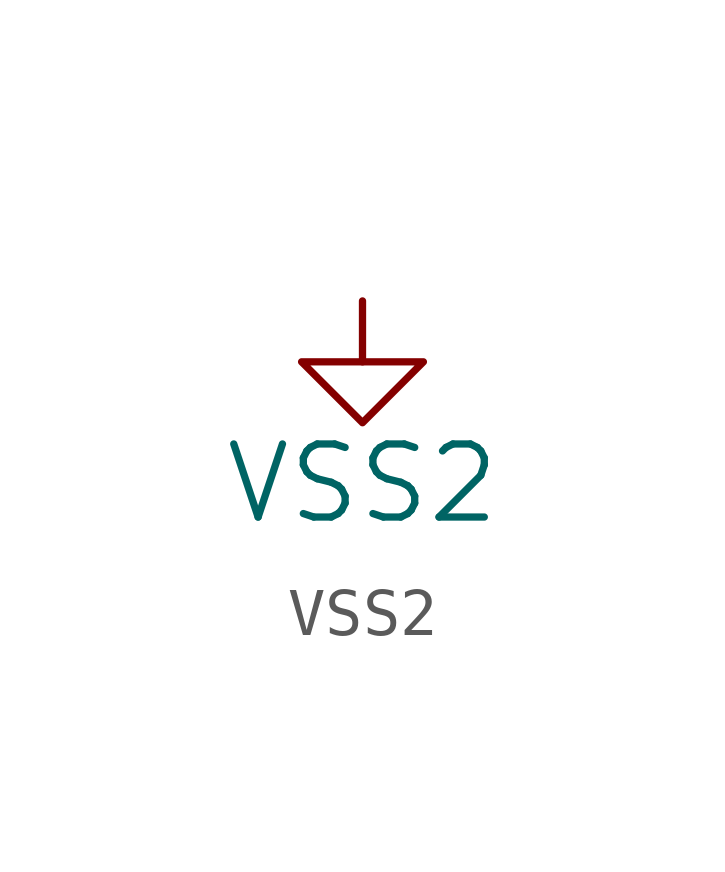
<source format=kicad_sym>
(kicad_symbol_lib
  (version 20220914)
  (generator kicad_symbol_editor)
  (symbol "VSS2"
    (power)
    (pin_numbers hide)
    (pin_names
      (offset 0) hide)
    (property "Reference" "#PWR"
      (at 0 2.54 0)
      (effects (font (size 1.524 1.524)) hide))
    (property "Value" "VSS2"
      (at 0 -2.54 0)
      (effects (font (size 1.524 1.524))))
    (property "Footprint" ""
      (at 0 0 0)
      (effects (font (size 1.524 1.524))))
    (property "Datasheet" ""
      (at 0 2.54 0)
      (effects (font (size 1.524 1.524))))
    (symbol "VSS2_0_1"
      (polyline (pts (xy -1.27 0) (xy 1.27 0) (xy 0 -1.27) (xy -1.27 0)) (stroke (width 0) (type default)) (fill (type none))))
    (symbol "VSS2_1_1"
      (pin power_in line (at 0 1.27 270) (length 1.27) (name "VSS2" (effects (font (size 1.27 1.27)))) (number "1" (effects (font (size 1.27 1.27))))))))
</source>
